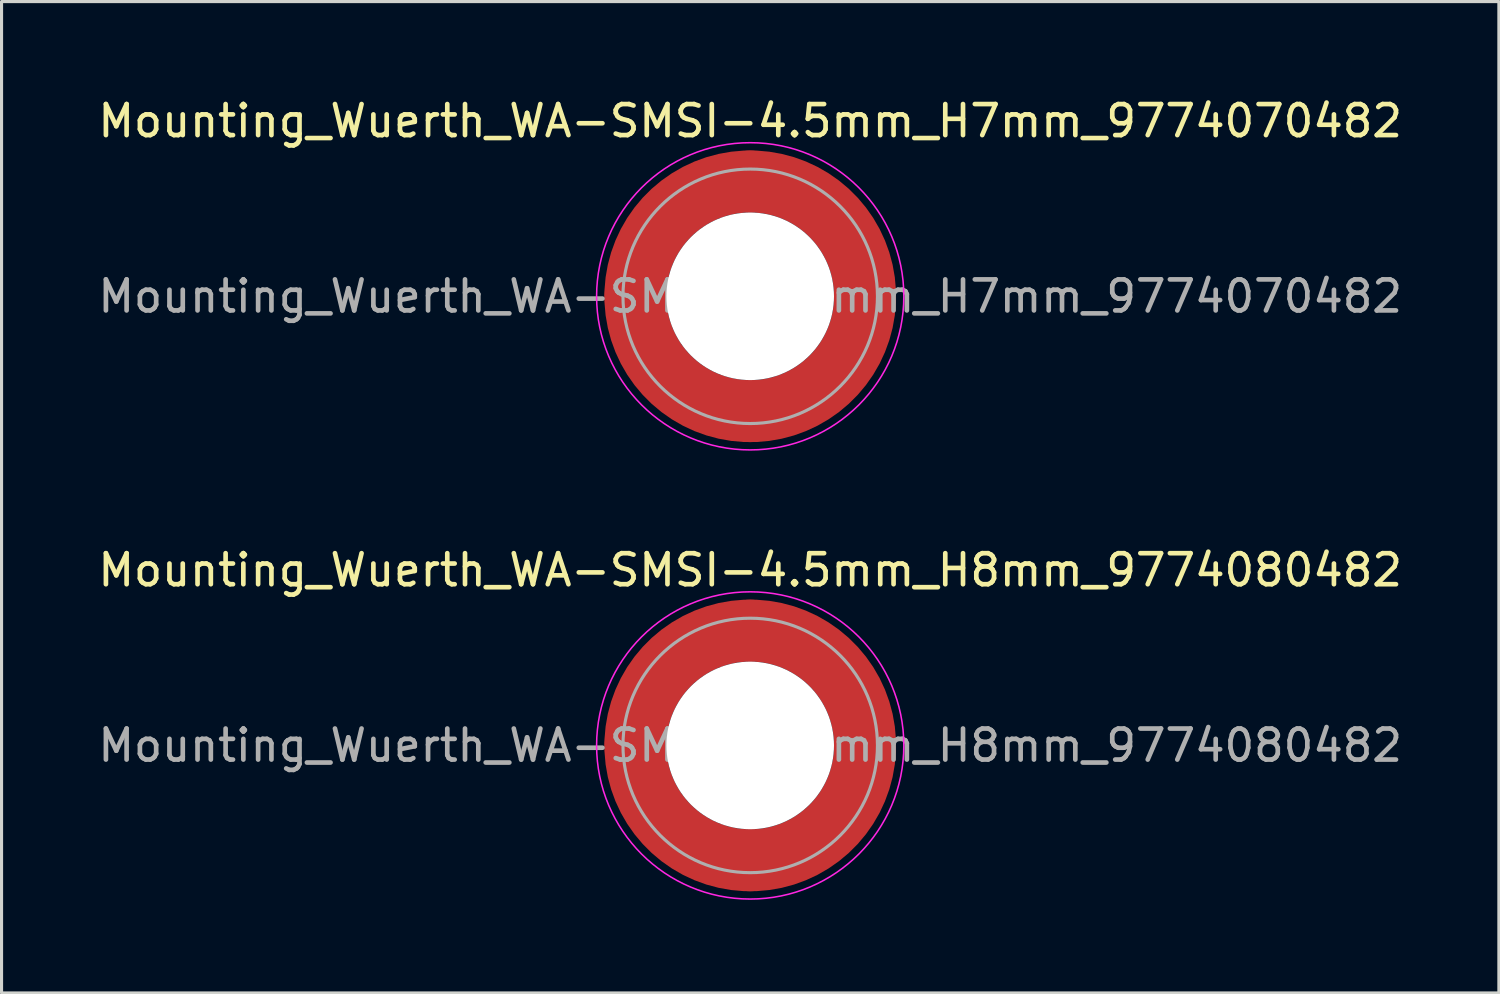
<source format=kicad_pcb>
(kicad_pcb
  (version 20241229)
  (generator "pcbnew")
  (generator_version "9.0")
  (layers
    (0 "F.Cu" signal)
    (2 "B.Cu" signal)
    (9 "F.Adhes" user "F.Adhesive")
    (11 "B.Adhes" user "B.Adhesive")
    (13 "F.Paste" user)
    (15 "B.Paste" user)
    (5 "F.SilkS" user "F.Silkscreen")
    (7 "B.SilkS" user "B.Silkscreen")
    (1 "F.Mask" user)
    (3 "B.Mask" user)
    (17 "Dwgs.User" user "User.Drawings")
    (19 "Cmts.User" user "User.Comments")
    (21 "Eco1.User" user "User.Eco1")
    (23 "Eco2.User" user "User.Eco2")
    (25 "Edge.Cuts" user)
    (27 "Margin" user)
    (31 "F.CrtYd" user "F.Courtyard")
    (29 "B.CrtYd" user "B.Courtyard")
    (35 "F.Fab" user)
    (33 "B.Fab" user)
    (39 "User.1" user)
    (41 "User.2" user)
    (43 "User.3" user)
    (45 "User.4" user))
  (footprint "Mounting_Wuerth_WA-SMSI-4.5mm_H7mm_9774070482"
    (layer "F.Cu")
    (at 21.125 6.498)
    (property "Reference" "Mounting_Wuerth_WA-SMSI-4.5mm_H7mm_9774070482" (at 0 -5.65 0) (layer "F.SilkS") (effects (font (size 1 1) (thickness 0.15))))
    (attr smd)
    (fp_circle (center 0 0) (end 4.95 0) (stroke (width 0.05) (type solid)) (fill no) (layer "F.CrtYd"))
    (fp_circle (center 0 0) (end 4.1 0) (stroke (width 0.1) (type solid)) (fill no) (layer "F.Fab"))
    (fp_text user "${REFERENCE}" (at 0 0 0) (layer "F.Fab") (effects (font (size 1 1) (thickness 0.15))))
    (pad "" smd custom (at -2.607 -2.607) (size 1.895 1.895) (layers "F.Paste") (options (anchor circle)) (primitives (gr_arc (start -0.485237 1.733706) (mid 0.334992 0.334992) (end 1.733706 -0.485237) (width 0.9475)) (gr_arc (start -0.975031 1.733706) (mid 0 0) (end 1.733706 -0.975031) (width 0.9475)) (gr_arc (start -1.461028 1.733706) (mid -0.334992 -0.334992) (end 1.733706 -1.461028) (width 0.9475)) (gr_line (start 1.734 -0.485) (end 1.734 -1.461) (width 0.948)) (gr_line (start -0.485 1.734) (end -1.461 1.734) (width 0.948))))
    (pad "" smd custom (at -2.607 2.607) (size 1.895 1.895) (layers "F.Paste") (options (anchor circle)) (primitives (gr_arc (start 1.733706 0.485237) (mid 0.334992 -0.334992) (end -0.485237 -1.733706) (width 0.9475)) (gr_arc (start 1.733706 0.975031) (mid 0 0) (end -0.975031 -1.733706) (width 0.9475)) (gr_arc (start 1.733706 1.461028) (mid -0.334992 0.334992) (end -1.461028 -1.733706) (width 0.9475)) (gr_line (start -0.485 -1.734) (end -1.461 -1.734) (width 0.948)) (gr_line (start 1.734 0.485) (end 1.734 1.461) (width 0.948))))
    (pad "" np_thru_hole circle (at 0 0) (size 5.4 5.4) (drill 5.4) (layers "*.Cu" "*.Mask"))
    (pad "" smd custom (at 2.607 -2.607) (size 1.895 1.895) (layers "F.Paste") (options (anchor circle)) (primitives (gr_arc (start -1.733706 -0.485237) (mid -0.334992 0.334992) (end 0.485237 1.733706) (width 0.9475)) (gr_arc (start -1.733706 -0.975031) (mid 0 0) (end 0.975031 1.733706) (width 0.9475)) (gr_arc (start -1.733706 -1.461028) (mid 0.334992 -0.334992) (end 1.461028 1.733706) (width 0.9475)) (gr_line (start 0.485 1.734) (end 1.461 1.734) (width 0.948)) (gr_line (start -1.734 -0.485) (end -1.734 -1.461) (width 0.948))))
    (pad "" smd custom (at 2.607 2.607) (size 1.895 1.895) (layers "F.Paste") (options (anchor circle)) (primitives (gr_arc (start 0.485237 -1.733706) (mid -0.334992 -0.334992) (end -1.733706 0.485237) (width 0.9475)) (gr_arc (start 0.975031 -1.733706) (mid 0 0) (end -1.733706 0.975031) (width 0.9475)) (gr_arc (start 1.461028 -1.733706) (mid 0.334992 0.334992) (end -1.733706 1.461028) (width 0.9475)) (gr_line (start -1.734 0.485) (end -1.734 1.461) (width 0.948)) (gr_line (start 0.485 -1.734) (end 1.461 -1.734) (width 0.948))))
    (pad "1" smd circle (at -3.7 0) (size 2 2) (layers "F.Cu"))
    (pad "1" smd circle (at 0 -3.7) (size 2 2) (layers "F.Cu"))
    (pad "1" smd circle (at 0 3.7) (size 2 2) (layers "F.Cu"))
    (pad "1" smd custom (at 3.7 0) (size 2 2) (layers "F.Cu" "F.Mask") (options (anchor circle)) (primitives (gr_circle (center -3.7 0) (end 0 0) (width 2) (fill no)))))
  (footprint "Mounting_Wuerth_WA-SMSI-4.5mm_H8mm_9774080482"
    (layer "F.Cu")
    (at 21.125 20.971)
    (property "Reference" "Mounting_Wuerth_WA-SMSI-4.5mm_H8mm_9774080482" (at 0 -5.65 0) (layer "F.SilkS") (effects (font (size 1 1) (thickness 0.15))))
    (attr smd)
    (fp_circle (center 0 0) (end 4.95 0) (stroke (width 0.05) (type solid)) (fill no) (layer "F.CrtYd"))
    (fp_circle (center 0 0) (end 4.1 0) (stroke (width 0.1) (type solid)) (fill no) (layer "F.Fab"))
    (fp_text user "${REFERENCE}" (at 0 0 0) (layer "F.Fab") (effects (font (size 1 1) (thickness 0.15))))
    (pad "" smd custom (at -2.607 -2.607) (size 1.895 1.895) (layers "F.Paste") (options (anchor circle)) (primitives (gr_arc (start -0.188183 2.107456) (mid 0.599273 0.599273) (end 2.107456 -0.188183) (width 0.2)) (gr_arc (start -0.289416 2.107456) (mid 0.52877 0.52877) (end 2.107456 -0.289416) (width 0.2)) (gr_arc (start -0.390547 2.107456) (mid 0.458268 0.458268) (end 2.107456 -0.390547) (width 0.2)) (gr_arc (start -0.491585 2.107456) (mid 0.387765 0.387765) (end 2.107456 -0.491585) (width 0.2)) (gr_arc (start -0.59254 2.107456) (mid 0.317262 0.317262) (end 2.107456 -0.59254) (width 0.2)) (gr_arc (start -0.693419 2.107456) (mid 0.24676 0.24676) (end 2.107456 -0.693419) (width 0.2)) (gr_arc (start -0.794229 2.107456) (mid 0.176257 0.176257) (end 2.107456 -0.794229) (width 0.2)) (gr_arc (start -0.894975 2.107456) (mid 0.105754 0.105754) (end 2.107456 -0.894975) (width 0.2)) (gr_arc (start -0.995664 2.107456) (mid 0.035251 0.035251) (end 2.107456 -0.995664) (width 0.2)) (gr_arc (start -1.0963 2.107456) (mid -0.035252 -0.035252) (end 2.107456 -1.0963) (width 0.2)) (gr_arc (start -1.196886 2.107456) (mid -0.105754 -0.105754) (end 2.107456 -1.196886) (width 0.2)) (gr_arc (start -1.297427 2.107456) (mid -0.176257 -0.176257) (end 2.107456 -1.297427) (width 0.2)) (gr_arc (start -1.397927 2.107456) (mid -0.24676 -0.24676) (end 2.107456 -1.397927) (width 0.2)) (gr_arc (start -1.498388 2.107456) (mid -0.317262 -0.317262) (end 2.107456 -1.498388) (width 0.2)) (gr_arc (start -1.598813 2.107456) (mid -0.387765 -0.387765) (end 2.107456 -1.598813) (width 0.2)) (gr_arc (start -1.699204 2.107456) (mid -0.458267 -0.458267) (end 2.107456 -1.699204) (width 0.2)) (gr_arc (start -1.799565 2.107456) (mid -0.528771 -0.528771) (end 2.107456 -1.799565) (width 0.2)) (gr_arc (start -1.899896 2.107456) (mid -0.599273 -0.599273) (end 2.107456 -1.899896) (width 0.2)) (gr_arc (start -1.899896 2.107456) (mid -0.599273 -0.599273) (end 2.107456 -1.899896) (width 0.2)) (gr_line (start 2.107 -0.188) (end 2.107 -1.9) (width 0.2)) (gr_line (start -0.188 2.107) (end -1.9 2.107) (width 0.2))))
    (pad "" smd custom (at -2.607 2.607) (size 1.895 1.895) (layers "F.Paste") (options (anchor circle)) (primitives (gr_arc (start 2.107456 0.188183) (mid 0.599273 -0.599273) (end -0.188183 -2.107456) (width 0.2)) (gr_arc (start 2.107456 0.289416) (mid 0.52877 -0.52877) (end -0.289416 -2.107456) (width 0.2)) (gr_arc (start 2.107456 0.390547) (mid 0.458268 -0.458268) (end -0.390547 -2.107456) (width 0.2)) (gr_arc (start 2.107456 0.491585) (mid 0.387765 -0.387765) (end -0.491585 -2.107456) (width 0.2)) (gr_arc (start 2.107456 0.59254) (mid 0.317262 -0.317262) (end -0.59254 -2.107456) (width 0.2)) (gr_arc (start 2.107456 0.693419) (mid 0.24676 -0.24676) (end -0.693419 -2.107456) (width 0.2)) (gr_arc (start 2.107456 0.794229) (mid 0.176257 -0.176257) (end -0.794229 -2.107456) (width 0.2)) (gr_arc (start 2.107456 0.894975) (mid 0.105754 -0.105754) (end -0.894975 -2.107456) (width 0.2)) (gr_arc (start 2.107456 0.995664) (mid 0.035251 -0.035251) (end -0.995664 -2.107456) (width 0.2)) (gr_arc (start 2.107456 1.0963) (mid -0.035252 0.035252) (end -1.0963 -2.107456) (width 0.2)) (gr_arc (start 2.107456 1.196886) (mid -0.105754 0.105754) (end -1.196886 -2.107456) (width 0.2)) (gr_arc (start 2.107456 1.297427) (mid -0.176257 0.176257) (end -1.297427 -2.107456) (width 0.2)) (gr_arc (start 2.107456 1.397927) (mid -0.24676 0.24676) (end -1.397927 -2.107456) (width 0.2)) (gr_arc (start 2.107456 1.498388) (mid -0.317262 0.317262) (end -1.498388 -2.107456) (width 0.2)) (gr_arc (start 2.107456 1.598813) (mid -0.387765 0.387765) (end -1.598813 -2.107456) (width 0.2)) (gr_arc (start 2.107456 1.699204) (mid -0.458267 0.458267) (end -1.699204 -2.107456) (width 0.2)) (gr_arc (start 2.107456 1.799565) (mid -0.528771 0.528771) (end -1.799565 -2.107456) (width 0.2)) (gr_arc (start 2.107456 1.899896) (mid -0.599273 0.599273) (end -1.899896 -2.107456) (width 0.2)) (gr_arc (start 2.107456 1.899896) (mid -0.599273 0.599273) (end -1.899896 -2.107456) (width 0.2)) (gr_line (start -0.188 -2.107) (end -1.9 -2.107) (width 0.2)) (gr_line (start 2.107 0.188) (end 2.107 1.9) (width 0.2))))
    (pad "" np_thru_hole circle (at 0 0) (size 5.4 5.4) (drill 5.4) (layers "*.Cu" "*.Mask"))
    (pad "" smd custom (at 2.607 -2.607) (size 1.895 1.895) (layers "F.Paste") (options (anchor circle)) (primitives (gr_arc (start -2.107456 -0.188183) (mid -0.599273 0.599273) (end 0.188183 2.107456) (width 0.2)) (gr_arc (start -2.107456 -0.289416) (mid -0.52877 0.52877) (end 0.289416 2.107456) (width 0.2)) (gr_arc (start -2.107456 -0.390547) (mid -0.458268 0.458268) (end 0.390547 2.107456) (width 0.2)) (gr_arc (start -2.107456 -0.491585) (mid -0.387765 0.387765) (end 0.491585 2.107456) (width 0.2)) (gr_arc (start -2.107456 -0.59254) (mid -0.317262 0.317262) (end 0.59254 2.107456) (width 0.2)) (gr_arc (start -2.107456 -0.693419) (mid -0.24676 0.24676) (end 0.693419 2.107456) (width 0.2)) (gr_arc (start -2.107456 -0.794229) (mid -0.176257 0.176257) (end 0.794229 2.107456) (width 0.2)) (gr_arc (start -2.107456 -0.894975) (mid -0.105754 0.105754) (end 0.894975 2.107456) (width 0.2)) (gr_arc (start -2.107456 -0.995664) (mid -0.035251 0.035251) (end 0.995664 2.107456) (width 0.2)) (gr_arc (start -2.107456 -1.0963) (mid 0.035252 -0.035252) (end 1.0963 2.107456) (width 0.2)) (gr_arc (start -2.107456 -1.196886) (mid 0.105754 -0.105754) (end 1.196886 2.107456) (width 0.2)) (gr_arc (start -2.107456 -1.297427) (mid 0.176257 -0.176257) (end 1.297427 2.107456) (width 0.2)) (gr_arc (start -2.107456 -1.397927) (mid 0.24676 -0.24676) (end 1.397927 2.107456) (width 0.2)) (gr_arc (start -2.107456 -1.498388) (mid 0.317262 -0.317262) (end 1.498388 2.107456) (width 0.2)) (gr_arc (start -2.107456 -1.598813) (mid 0.387765 -0.387765) (end 1.598813 2.107456) (width 0.2)) (gr_arc (start -2.107456 -1.699204) (mid 0.458267 -0.458267) (end 1.699204 2.107456) (width 0.2)) (gr_arc (start -2.107456 -1.799565) (mid 0.528771 -0.528771) (end 1.799565 2.107456) (width 0.2)) (gr_arc (start -2.107456 -1.899896) (mid 0.599273 -0.599273) (end 1.899896 2.107456) (width 0.2)) (gr_arc (start -2.107456 -1.899896) (mid 0.599273 -0.599273) (end 1.899896 2.107456) (width 0.2)) (gr_line (start 0.188 2.107) (end 1.9 2.107) (width 0.2)) (gr_line (start -2.107 -0.188) (end -2.107 -1.9) (width 0.2))))
    (pad "" smd custom (at 2.607 2.607) (size 1.895 1.895) (layers "F.Paste") (options (anchor circle)) (primitives (gr_arc (start 0.188183 -2.107456) (mid -0.599273 -0.599273) (end -2.107456 0.188183) (width 0.2)) (gr_arc (start 0.289416 -2.107456) (mid -0.52877 -0.52877) (end -2.107456 0.289416) (width 0.2)) (gr_arc (start 0.390547 -2.107456) (mid -0.458268 -0.458268) (end -2.107456 0.390547) (width 0.2)) (gr_arc (start 0.491585 -2.107456) (mid -0.387765 -0.387765) (end -2.107456 0.491585) (width 0.2)) (gr_arc (start 0.59254 -2.107456) (mid -0.317262 -0.317262) (end -2.107456 0.59254) (width 0.2)) (gr_arc (start 0.693419 -2.107456) (mid -0.24676 -0.24676) (end -2.107456 0.693419) (width 0.2)) (gr_arc (start 0.794229 -2.107456) (mid -0.176257 -0.176257) (end -2.107456 0.794229) (width 0.2)) (gr_arc (start 0.894975 -2.107456) (mid -0.105754 -0.105754) (end -2.107456 0.894975) (width 0.2)) (gr_arc (start 0.995664 -2.107456) (mid -0.035251 -0.035251) (end -2.107456 0.995664) (width 0.2)) (gr_arc (start 1.0963 -2.107456) (mid 0.035252 0.035252) (end -2.107456 1.0963) (width 0.2)) (gr_arc (start 1.196886 -2.107456) (mid 0.105754 0.105754) (end -2.107456 1.196886) (width 0.2)) (gr_arc (start 1.297427 -2.107456) (mid 0.176257 0.176257) (end -2.107456 1.297427) (width 0.2)) (gr_arc (start 1.397927 -2.107456) (mid 0.24676 0.24676) (end -2.107456 1.397927) (width 0.2)) (gr_arc (start 1.498388 -2.107456) (mid 0.317262 0.317262) (end -2.107456 1.498388) (width 0.2)) (gr_arc (start 1.598813 -2.107456) (mid 0.387765 0.387765) (end -2.107456 1.598813) (width 0.2)) (gr_arc (start 1.699204 -2.107456) (mid 0.458267 0.458267) (end -2.107456 1.699204) (width 0.2)) (gr_arc (start 1.799565 -2.107456) (mid 0.528771 0.528771) (end -2.107456 1.799565) (width 0.2)) (gr_arc (start 1.899896 -2.107456) (mid 0.599273 0.599273) (end -2.107456 1.899896) (width 0.2)) (gr_arc (start 1.899896 -2.107456) (mid 0.599273 0.599273) (end -2.107456 1.899896) (width 0.2)) (gr_line (start -2.107 0.188) (end -2.107 1.9) (width 0.2)) (gr_line (start 0.188 -2.107) (end 1.9 -2.107) (width 0.2))))
    (pad "1" smd circle (at -3.7 0) (size 2 2) (layers "F.Cu"))
    (pad "1" smd circle (at 0 -3.7) (size 2 2) (layers "F.Cu"))
    (pad "1" smd circle (at 0 3.7) (size 2 2) (layers "F.Cu"))
    (pad "1" smd custom (at 3.7 0) (size 2 2) (layers "F.Cu" "F.Mask") (options (anchor circle)) (primitives (gr_circle (center -3.7 0) (end 0 0) (width 2) (fill no)))))
  (gr_rect
    (start -3 -3)
    (end 45.25 28.947)
    (stroke (width 0.1) (type default))
    (fill no)
    (layer "Edge.Cuts")))
</source>
